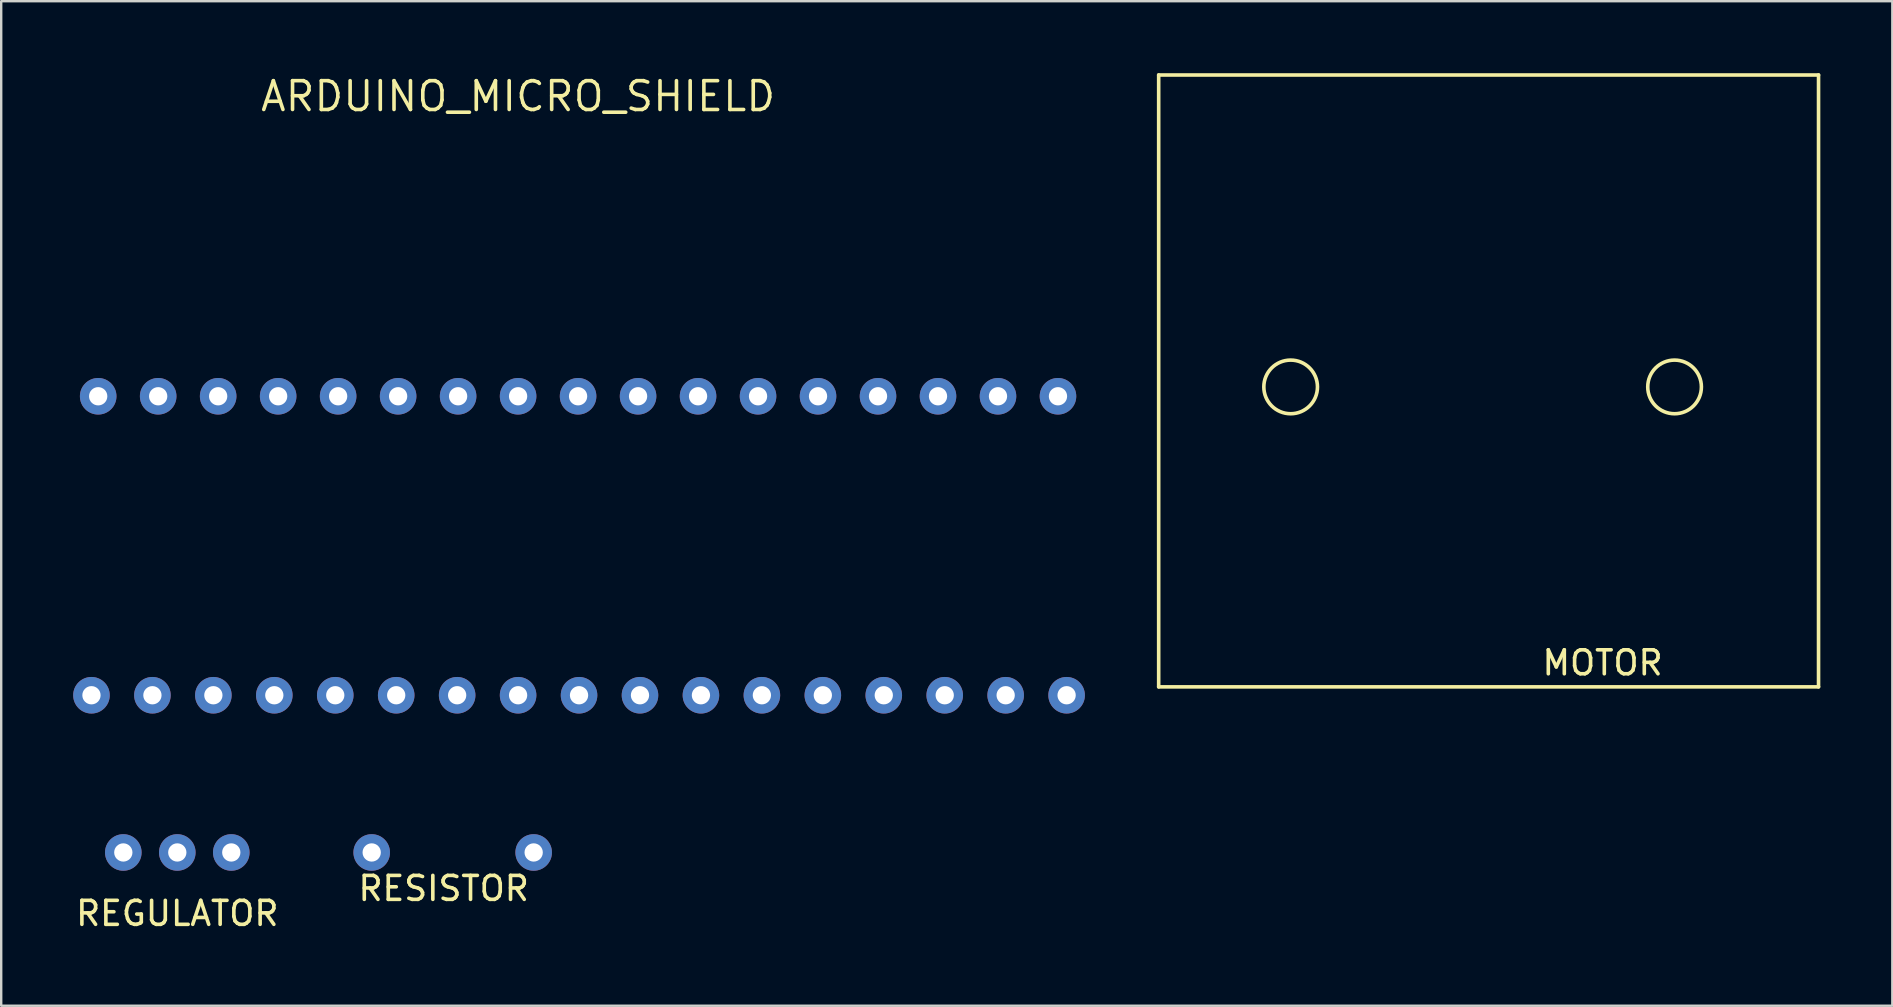
<source format=kicad_pcb>
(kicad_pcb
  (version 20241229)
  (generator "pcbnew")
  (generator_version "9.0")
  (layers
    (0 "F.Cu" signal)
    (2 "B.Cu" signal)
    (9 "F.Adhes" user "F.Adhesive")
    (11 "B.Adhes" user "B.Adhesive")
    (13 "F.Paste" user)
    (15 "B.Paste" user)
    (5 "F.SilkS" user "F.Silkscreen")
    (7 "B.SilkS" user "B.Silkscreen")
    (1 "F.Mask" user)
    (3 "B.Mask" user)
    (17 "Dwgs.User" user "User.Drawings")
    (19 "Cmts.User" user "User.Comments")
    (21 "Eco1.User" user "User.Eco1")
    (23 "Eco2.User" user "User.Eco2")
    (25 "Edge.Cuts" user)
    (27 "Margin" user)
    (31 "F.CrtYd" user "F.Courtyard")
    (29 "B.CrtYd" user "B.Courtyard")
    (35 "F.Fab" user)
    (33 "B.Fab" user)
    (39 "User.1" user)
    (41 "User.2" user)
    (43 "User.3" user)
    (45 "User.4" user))
  (footprint "RESISTOR"
    (layer "F.Cu")
    (at 14.941 32.477)
    (property "Reference" "RESISTOR" (at 0.5 1.5 0) (layer "F.SilkS") (effects (font (size 1 1) (thickness 0.15))))
    (attr through_hole)
    (pad "9" thru_hole circle (at -2.5 0) (size 1.524 1.524) (drill 0.762) (layers "*.Cu" "*.Mask"))
    (pad "13" thru_hole circle (at 4.25 0) (size 1.524 1.524) (drill 0.762) (layers "*.Cu" "*.Mask")))
  (footprint "MOTOR"
    (layer "F.Cu")
    (at 63.739 22.075)
    (property "Reference" "MOTOR" (at 0 2.5 0) (layer "F.SilkS") (effects (font (size 1 1) (thickness 0.15))))
    (attr through_hole)
    (fp_line (start -18.5 -22) (end -18.5 3.5) (stroke (width 0.15) (type solid)) (layer "F.SilkS"))
    (fp_line (start -18.5 3.5) (end 9 3.5) (stroke (width 0.15) (type solid)) (layer "F.SilkS"))
    (fp_line (start 9 -22) (end -18.5 -22) (stroke (width 0.15) (type solid)) (layer "F.SilkS"))
    (fp_line (start 9 3.5) (end 9 -22) (stroke (width 0.15) (type solid)) (layer "F.SilkS"))
    (fp_circle (center -13 -9) (end -12.5 -10) (stroke (width 0.15) (type solid)) (fill no) (layer "F.SilkS"))
    (fp_circle (center 3 -9) (end 3.5 -10) (stroke (width 0.15) (type solid)) (fill no) (layer "F.SilkS")))
  (footprint "REGULATOR"
    (layer "F.Cu")
    (at 4.339 32.477)
    (property "Reference" "REGULATOR" (at 0 2.54 0) (layer "F.SilkS") (effects (font (size 1 1) (thickness 0.15))))
    (attr through_hole)
    (pad "1" thru_hole circle (at -2.25 0) (size 1.524 1.524) (drill 0.762) (layers "*.Cu" "*.Mask"))
    (pad "2" thru_hole circle (at 0 0) (size 1.524 1.524) (drill 0.762) (layers "*.Cu" "*.Mask"))
    (pad "3" thru_hole circle (at 2.25 0) (size 1.524 1.524) (drill 0.762) (layers "*.Cu" "*.Mask")))
  (footprint "ARDUINO_MICRO_SHIELD"
    (layer "F.Cu")
    (at 18.542 28.465)
    (property "Reference" "ARDUINO_MICRO_SHIELD" (at 0 -27.5 0) (layer "F.SilkS") (effects (font (size 1.2 1.2) (thickness 0.15))))
    (attr through_hole)
    (pad "57" thru_hole circle (at 17.78 -2.54) (size 1.524 1.524) (drill 0.762) (layers "*.Cu" "*.Mask"))
    (pad "58" thru_hole circle (at 15.24 -2.54) (size 1.524 1.524) (drill 0.762) (layers "*.Cu" "*.Mask"))
    (pad "59" thru_hole circle (at 12.7 -2.54) (size 1.524 1.524) (drill 0.762) (layers "*.Cu" "*.Mask"))
    (pad "60" thru_hole circle (at 10.16 -2.54) (size 1.524 1.524) (drill 0.762) (layers "*.Cu" "*.Mask"))
    (pad "61" thru_hole circle (at 7.62 -2.54) (size 1.524 1.524) (drill 0.762) (layers "*.Cu" "*.Mask"))
    (pad "62" thru_hole circle (at 5.08 -2.54) (size 1.524 1.524) (drill 0.762) (layers "*.Cu" "*.Mask"))
    (pad "63" thru_hole circle (at 0 -2.54) (size 1.524 1.524) (drill 0.762) (layers "*.Cu" "*.Mask"))
    (pad "64" thru_hole circle (at 2.54 -2.54) (size 1.524 1.524) (drill 0.762) (layers "*.Cu" "*.Mask"))
    (pad "65" thru_hole circle (at -2.54 -2.54) (size 1.524 1.524) (drill 0.762) (layers "*.Cu" "*.Mask"))
    (pad "66" thru_hole circle (at -5.08 -2.54) (size 1.524 1.524) (drill 0.762) (layers "*.Cu" "*.Mask"))
    (pad "67" thru_hole circle (at -7.62 -2.54) (size 1.524 1.524) (drill 0.762) (layers "*.Cu" "*.Mask"))
    (pad "68" thru_hole circle (at -10.16 -2.54) (size 1.524 1.524) (drill 0.762) (layers "*.Cu" "*.Mask"))
    (pad "69" thru_hole circle (at -12.7 -2.54) (size 1.524 1.524) (drill 0.762) (layers "*.Cu" "*.Mask"))
    (pad "72" thru_hole circle (at 20.32 -2.54) (size 1.524 1.524) (drill 0.762) (layers "*.Cu" "*.Mask"))
    (pad "73" thru_hole circle (at -15.24 -2.54) (size 1.524 1.524) (drill 0.762) (layers "*.Cu" "*.Mask"))
    (pad "74" thru_hole circle (at -17.78 -2.54) (size 1.524 1.524) (drill 0.762) (layers "*.Cu" "*.Mask"))
    (pad "76" thru_hole circle (at 22.86 -2.54) (size 1.524 1.524) (drill 0.762) (layers "*.Cu" "*.Mask"))
    (pad "112" thru_hole circle (at 22.5 -15) (size 1.524 1.524) (drill 0.762) (layers "*.Cu" "*.Mask"))
    (pad "113" thru_hole circle (at 20 -15) (size 1.524 1.524) (drill 0.762) (layers "*.Cu" "*.Mask"))
    (pad "114" thru_hole circle (at 17.5 -15) (size 1.524 1.524) (drill 0.762) (layers "*.Cu" "*.Mask"))
    (pad "115" thru_hole circle (at 15 -15) (size 1.524 1.524) (drill 0.762) (layers "*.Cu" "*.Mask"))
    (pad "116" thru_hole circle (at -17.5 -15) (size 1.524 1.524) (drill 0.762) (layers "*.Cu" "*.Mask"))
    (pad "117" thru_hole circle (at -15 -15) (size 1.524 1.524) (drill 0.762) (layers "*.Cu" "*.Mask"))
    (pad "118" thru_hole circle (at -12.5 -15) (size 1.524 1.524) (drill 0.762) (layers "*.Cu" "*.Mask"))
    (pad "119" thru_hole circle (at -10 -15) (size 1.524 1.524) (drill 0.762) (layers "*.Cu" "*.Mask"))
    (pad "120" thru_hole circle (at -7.5 -15) (size 1.524 1.524) (drill 0.762) (layers "*.Cu" "*.Mask"))
    (pad "121" thru_hole circle (at -5 -15) (size 1.524 1.524) (drill 0.762) (layers "*.Cu" "*.Mask"))
    (pad "122" thru_hole circle (at -2.5 -15) (size 1.524 1.524) (drill 0.762) (layers "*.Cu" "*.Mask"))
    (pad "123" thru_hole circle (at 0 -15) (size 1.524 1.524) (drill 0.762) (layers "*.Cu" "*.Mask"))
    (pad "124" thru_hole circle (at 2.5 -15) (size 1.524 1.524) (drill 0.762) (layers "*.Cu" "*.Mask"))
    (pad "125" thru_hole circle (at 5 -15) (size 1.524 1.524) (drill 0.762) (layers "*.Cu" "*.Mask"))
    (pad "126" thru_hole circle (at 7.5 -15) (size 1.524 1.524) (drill 0.762) (layers "*.Cu" "*.Mask"))
    (pad "127" thru_hole circle (at 10 -15) (size 1.524 1.524) (drill 0.762) (layers "*.Cu" "*.Mask"))
    (pad "128" thru_hole circle (at 12.5 -15) (size 1.524 1.524) (drill 0.762) (layers "*.Cu" "*.Mask")))
  (gr_rect
    (start -3 -3)
    (end 75.814 38.865)
    (stroke (width 0.1) (type default))
    (fill no)
    (layer "Edge.Cuts")))
</source>
